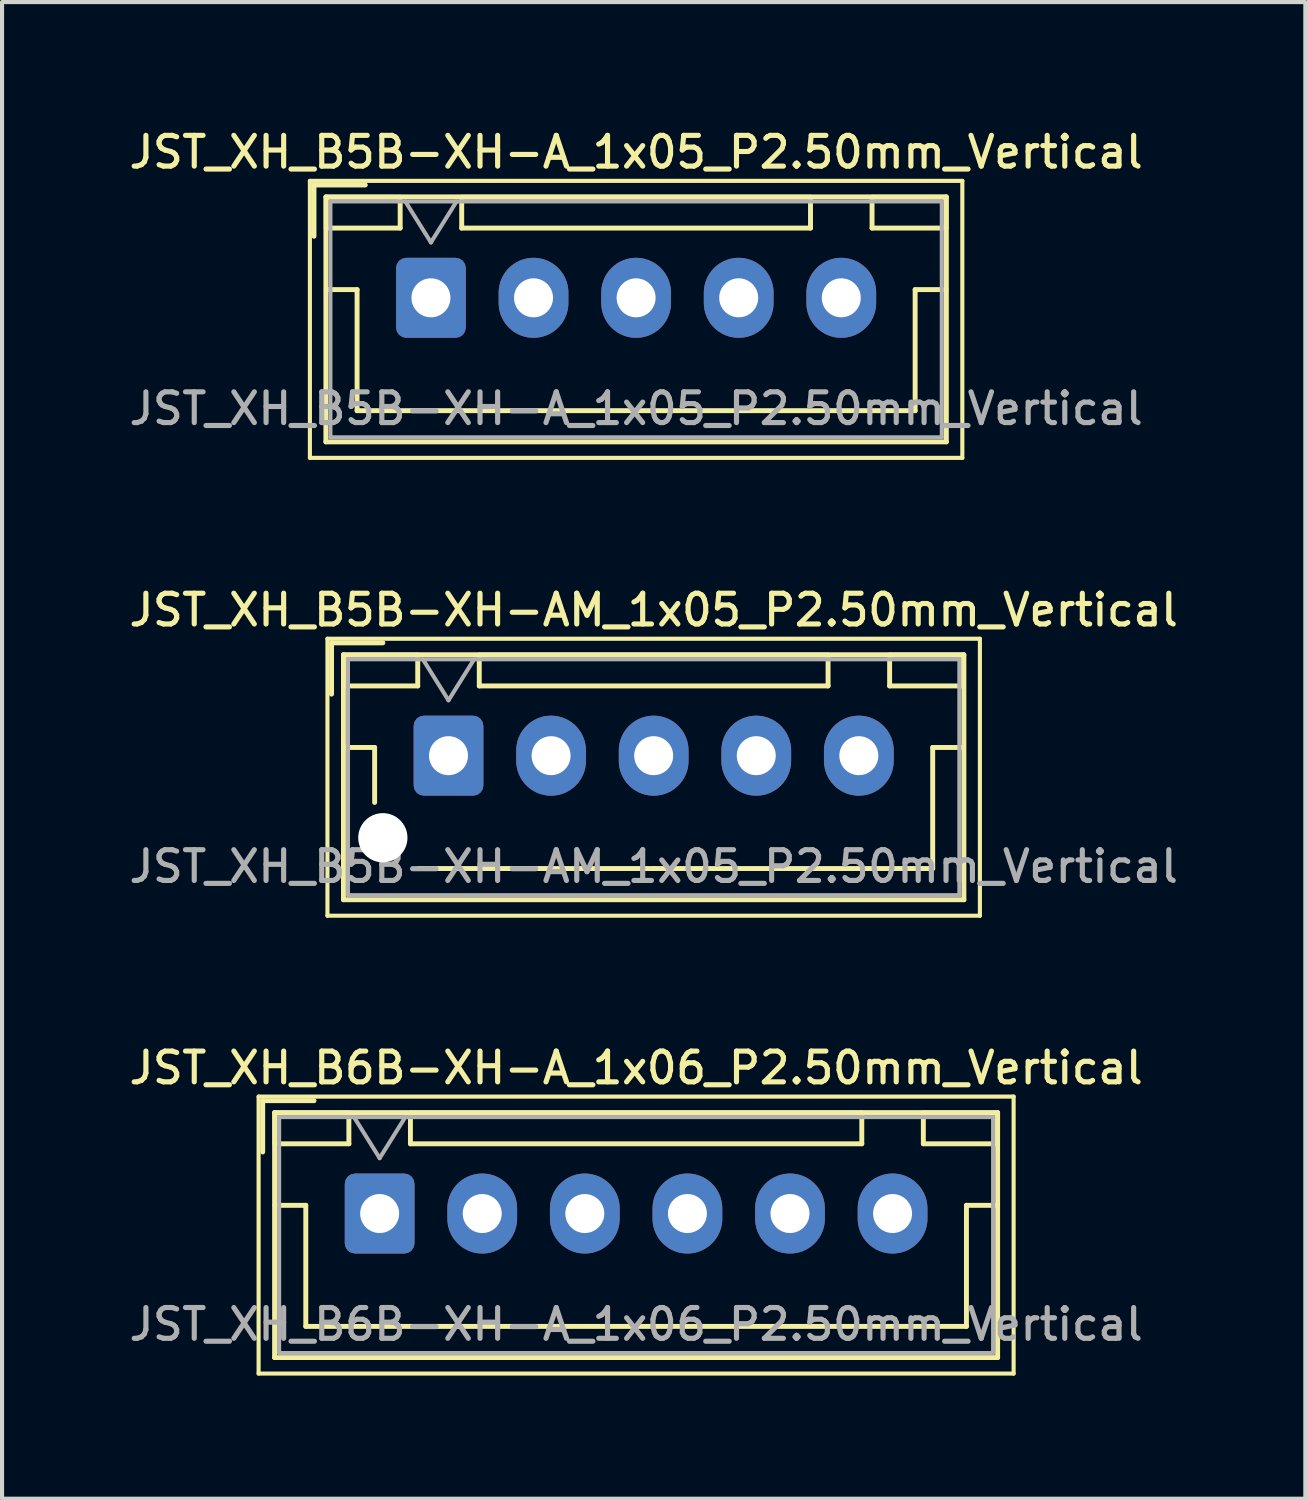
<source format=kicad_pcb>
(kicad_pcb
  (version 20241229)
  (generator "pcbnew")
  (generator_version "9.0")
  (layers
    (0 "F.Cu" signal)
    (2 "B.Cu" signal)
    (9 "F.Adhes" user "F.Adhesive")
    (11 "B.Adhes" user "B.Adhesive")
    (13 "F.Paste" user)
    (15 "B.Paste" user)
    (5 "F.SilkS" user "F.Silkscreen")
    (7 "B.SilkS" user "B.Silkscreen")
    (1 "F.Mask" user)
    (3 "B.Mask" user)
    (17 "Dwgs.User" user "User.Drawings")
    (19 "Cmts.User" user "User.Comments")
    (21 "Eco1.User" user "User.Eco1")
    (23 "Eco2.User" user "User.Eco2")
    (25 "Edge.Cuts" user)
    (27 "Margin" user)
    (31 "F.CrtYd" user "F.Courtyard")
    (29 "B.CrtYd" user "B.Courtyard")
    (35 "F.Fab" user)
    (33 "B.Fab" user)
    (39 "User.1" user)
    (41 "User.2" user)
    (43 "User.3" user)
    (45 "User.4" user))
  (footprint "JST_XH_B5B-XH-AM_1x05_P2.50mm_Vertical"
    (layer "F.Cu")
    (at 7.88 15.366)
    (property "Reference" "JST_XH_B5B-XH-AM_1x05_P2.50mm_Vertical" (at 5 -3.55 0) (layer "F.SilkS") (effects (font (size 0.75 0.75) (thickness 0.125))))
    (attr through_hole)
    (fp_line (start -2.95 -2.85) (end -2.95 3.9) (stroke (width 0.1) (type solid)) (layer "F.SilkS"))
    (fp_line (start -2.95 3.9) (end 12.95 3.9) (stroke (width 0.1) (type solid)) (layer "F.SilkS"))
    (fp_line (start -2.85 -2.75) (end -2.85 -1.5) (stroke (width 0.12) (type solid)) (layer "F.SilkS"))
    (fp_line (start -2.56 -2.46) (end -2.56 3.51) (stroke (width 0.12) (type solid)) (layer "F.SilkS"))
    (fp_line (start -2.56 3.51) (end 12.56 3.51) (stroke (width 0.12) (type solid)) (layer "F.SilkS"))
    (fp_line (start -2.55 -2.45) (end -2.55 -1.7) (stroke (width 0.12) (type solid)) (layer "F.SilkS"))
    (fp_line (start -2.55 -1.7) (end -0.75 -1.7) (stroke (width 0.12) (type solid)) (layer "F.SilkS"))
    (fp_line (start -2.55 -0.2) (end -1.8 -0.2) (stroke (width 0.12) (type solid)) (layer "F.SilkS"))
    (fp_line (start -1.8 -0.2) (end -1.8 1.14) (stroke (width 0.12) (type solid)) (layer "F.SilkS"))
    (fp_line (start -1.6 -2.75) (end -2.85 -2.75) (stroke (width 0.12) (type solid)) (layer "F.SilkS"))
    (fp_line (start -0.75 -2.45) (end -2.55 -2.45) (stroke (width 0.12) (type solid)) (layer "F.SilkS"))
    (fp_line (start -0.75 -1.7) (end -0.75 -2.45) (stroke (width 0.12) (type solid)) (layer "F.SilkS"))
    (fp_line (start 0.75 -2.45) (end 0.75 -1.7) (stroke (width 0.12) (type solid)) (layer "F.SilkS"))
    (fp_line (start 0.75 -1.7) (end 9.25 -1.7) (stroke (width 0.12) (type solid)) (layer "F.SilkS"))
    (fp_line (start 5 2.75) (end -0.74 2.75) (stroke (width 0.12) (type solid)) (layer "F.SilkS"))
    (fp_line (start 9.25 -2.45) (end 0.75 -2.45) (stroke (width 0.12) (type solid)) (layer "F.SilkS"))
    (fp_line (start 9.25 -1.7) (end 9.25 -2.45) (stroke (width 0.12) (type solid)) (layer "F.SilkS"))
    (fp_line (start 10.75 -2.45) (end 10.75 -1.7) (stroke (width 0.12) (type solid)) (layer "F.SilkS"))
    (fp_line (start 10.75 -1.7) (end 12.55 -1.7) (stroke (width 0.12) (type solid)) (layer "F.SilkS"))
    (fp_line (start 11.8 -0.2) (end 11.8 2.75) (stroke (width 0.12) (type solid)) (layer "F.SilkS"))
    (fp_line (start 11.8 2.75) (end 5 2.75) (stroke (width 0.12) (type solid)) (layer "F.SilkS"))
    (fp_line (start 12.55 -2.45) (end 10.75 -2.45) (stroke (width 0.12) (type solid)) (layer "F.SilkS"))
    (fp_line (start 12.55 -1.7) (end 12.55 -2.45) (stroke (width 0.12) (type solid)) (layer "F.SilkS"))
    (fp_line (start 12.55 -0.2) (end 11.8 -0.2) (stroke (width 0.12) (type solid)) (layer "F.SilkS"))
    (fp_line (start 12.56 -2.46) (end -2.56 -2.46) (stroke (width 0.12) (type solid)) (layer "F.SilkS"))
    (fp_line (start 12.56 3.51) (end 12.56 -2.46) (stroke (width 0.12) (type solid)) (layer "F.SilkS"))
    (fp_line (start 12.95 -2.85) (end -2.95 -2.85) (stroke (width 0.1) (type solid)) (layer "F.SilkS"))
    (fp_line (start 12.95 3.9) (end 12.95 -2.85) (stroke (width 0.1) (type solid)) (layer "F.SilkS"))
    (fp_line (start -2.45 -2.35) (end -2.45 3.4) (stroke (width 0.1) (type solid)) (layer "F.Fab"))
    (fp_line (start -2.45 3.4) (end 12.45 3.4) (stroke (width 0.1) (type solid)) (layer "F.Fab"))
    (fp_line (start -0.625 -2.35) (end 0 -1.35) (stroke (width 0.1) (type solid)) (layer "F.Fab"))
    (fp_line (start 0 -1.35) (end 0.625 -2.35) (stroke (width 0.1) (type solid)) (layer "F.Fab"))
    (fp_line (start 12.45 -2.35) (end -2.45 -2.35) (stroke (width 0.1) (type solid)) (layer "F.Fab"))
    (fp_line (start 12.45 3.4) (end 12.45 -2.35) (stroke (width 0.1) (type solid)) (layer "F.Fab"))
    (fp_text user "${REFERENCE}" (at 5 2.7 0) (layer "F.Fab") (effects (font (size 0.75 0.75) (thickness 0.125))))
    (pad "" np_thru_hole circle (at -1.6 2) (size 1.2 1.2) (drill 1.2) (layers "*.Cu" "*.Mask"))
    (pad "1" thru_hole roundrect (at 0 0) (size 1.7 1.95) (drill 0.95) (layers "*.Cu" "*.Mask") (roundrect_rratio 0.147))
    (pad "2" thru_hole oval (at 2.5 0) (size 1.7 1.95) (drill 0.95) (layers "*.Cu" "*.Mask"))
    (pad "3" thru_hole oval (at 5 0) (size 1.7 1.95) (drill 0.95) (layers "*.Cu" "*.Mask"))
    (pad "4" thru_hole oval (at 7.5 0) (size 1.7 1.95) (drill 0.95) (layers "*.Cu" "*.Mask"))
    (pad "5" thru_hole oval (at 10 0) (size 1.7 1.95) (drill 0.95) (layers "*.Cu" "*.Mask")))
  (footprint "JST_XH_B6B-XH-A_1x06_P2.50mm_Vertical"
    (layer "F.Cu")
    (at 6.202 26.524)
    (property "Reference" "JST_XH_B6B-XH-A_1x06_P2.50mm_Vertical" (at 6.25 -3.55 0) (layer "F.SilkS") (effects (font (size 0.75 0.75) (thickness 0.125))))
    (attr through_hole)
    (fp_line (start -2.95 -2.85) (end -2.95 3.9) (stroke (width 0.1) (type solid)) (layer "F.SilkS"))
    (fp_line (start -2.95 3.9) (end 15.45 3.9) (stroke (width 0.1) (type solid)) (layer "F.SilkS"))
    (fp_line (start -2.85 -2.75) (end -2.85 -1.5) (stroke (width 0.12) (type solid)) (layer "F.SilkS"))
    (fp_line (start -2.56 -2.46) (end -2.56 3.51) (stroke (width 0.12) (type solid)) (layer "F.SilkS"))
    (fp_line (start -2.56 3.51) (end 15.06 3.51) (stroke (width 0.12) (type solid)) (layer "F.SilkS"))
    (fp_line (start -2.55 -2.45) (end -2.55 -1.7) (stroke (width 0.12) (type solid)) (layer "F.SilkS"))
    (fp_line (start -2.55 -1.7) (end -0.75 -1.7) (stroke (width 0.12) (type solid)) (layer "F.SilkS"))
    (fp_line (start -2.55 -0.2) (end -1.8 -0.2) (stroke (width 0.12) (type solid)) (layer "F.SilkS"))
    (fp_line (start -1.8 -0.2) (end -1.8 2.75) (stroke (width 0.12) (type solid)) (layer "F.SilkS"))
    (fp_line (start -1.8 2.75) (end 6.25 2.75) (stroke (width 0.12) (type solid)) (layer "F.SilkS"))
    (fp_line (start -1.6 -2.75) (end -2.85 -2.75) (stroke (width 0.12) (type solid)) (layer "F.SilkS"))
    (fp_line (start -0.75 -2.45) (end -2.55 -2.45) (stroke (width 0.12) (type solid)) (layer "F.SilkS"))
    (fp_line (start -0.75 -1.7) (end -0.75 -2.45) (stroke (width 0.12) (type solid)) (layer "F.SilkS"))
    (fp_line (start 0.75 -2.45) (end 0.75 -1.7) (stroke (width 0.12) (type solid)) (layer "F.SilkS"))
    (fp_line (start 0.75 -1.7) (end 11.75 -1.7) (stroke (width 0.12) (type solid)) (layer "F.SilkS"))
    (fp_line (start 11.75 -2.45) (end 0.75 -2.45) (stroke (width 0.12) (type solid)) (layer "F.SilkS"))
    (fp_line (start 11.75 -1.7) (end 11.75 -2.45) (stroke (width 0.12) (type solid)) (layer "F.SilkS"))
    (fp_line (start 13.25 -2.45) (end 13.25 -1.7) (stroke (width 0.12) (type solid)) (layer "F.SilkS"))
    (fp_line (start 13.25 -1.7) (end 15.05 -1.7) (stroke (width 0.12) (type solid)) (layer "F.SilkS"))
    (fp_line (start 14.3 -0.2) (end 14.3 2.75) (stroke (width 0.12) (type solid)) (layer "F.SilkS"))
    (fp_line (start 14.3 2.75) (end 6.25 2.75) (stroke (width 0.12) (type solid)) (layer "F.SilkS"))
    (fp_line (start 15.05 -2.45) (end 13.25 -2.45) (stroke (width 0.12) (type solid)) (layer "F.SilkS"))
    (fp_line (start 15.05 -1.7) (end 15.05 -2.45) (stroke (width 0.12) (type solid)) (layer "F.SilkS"))
    (fp_line (start 15.05 -0.2) (end 14.3 -0.2) (stroke (width 0.12) (type solid)) (layer "F.SilkS"))
    (fp_line (start 15.06 -2.46) (end -2.56 -2.46) (stroke (width 0.12) (type solid)) (layer "F.SilkS"))
    (fp_line (start 15.06 3.51) (end 15.06 -2.46) (stroke (width 0.12) (type solid)) (layer "F.SilkS"))
    (fp_line (start 15.45 -2.85) (end -2.95 -2.85) (stroke (width 0.1) (type solid)) (layer "F.SilkS"))
    (fp_line (start 15.45 3.9) (end 15.45 -2.85) (stroke (width 0.1) (type solid)) (layer "F.SilkS"))
    (fp_line (start -2.45 -2.35) (end -2.45 3.4) (stroke (width 0.1) (type solid)) (layer "F.Fab"))
    (fp_line (start -2.45 3.4) (end 14.95 3.4) (stroke (width 0.1) (type solid)) (layer "F.Fab"))
    (fp_line (start -0.625 -2.35) (end 0 -1.35) (stroke (width 0.1) (type solid)) (layer "F.Fab"))
    (fp_line (start 0 -1.35) (end 0.625 -2.35) (stroke (width 0.1) (type solid)) (layer "F.Fab"))
    (fp_line (start 14.95 -2.35) (end -2.45 -2.35) (stroke (width 0.1) (type solid)) (layer "F.Fab"))
    (fp_line (start 14.95 3.4) (end 14.95 -2.35) (stroke (width 0.1) (type solid)) (layer "F.Fab"))
    (fp_text user "${REFERENCE}" (at 6.25 2.7 0) (layer "F.Fab") (effects (font (size 0.75 0.75) (thickness 0.125))))
    (pad "1" thru_hole roundrect (at 0 0) (size 1.7 1.95) (drill 0.95) (layers "*.Cu" "*.Mask") (roundrect_rratio 0.147))
    (pad "2" thru_hole oval (at 2.5 0) (size 1.7 1.95) (drill 0.95) (layers "*.Cu" "*.Mask"))
    (pad "3" thru_hole oval (at 5 0) (size 1.7 1.95) (drill 0.95) (layers "*.Cu" "*.Mask"))
    (pad "4" thru_hole oval (at 7.5 0) (size 1.7 1.95) (drill 0.95) (layers "*.Cu" "*.Mask"))
    (pad "5" thru_hole oval (at 10 0) (size 1.7 1.95) (drill 0.95) (layers "*.Cu" "*.Mask"))
    (pad "6" thru_hole oval (at 12.5 0) (size 1.7 1.95) (drill 0.95) (layers "*.Cu" "*.Mask")))
  (footprint "JST_XH_B5B-XH-A_1x05_P2.50mm_Vertical"
    (layer "F.Cu")
    (at 7.452 4.208)
    (property "Reference" "JST_XH_B5B-XH-A_1x05_P2.50mm_Vertical" (at 5 -3.55 0) (layer "F.SilkS") (effects (font (size 0.75 0.75) (thickness 0.125))))
    (attr through_hole)
    (fp_line (start -2.95 -2.85) (end -2.95 3.9) (stroke (width 0.1) (type solid)) (layer "F.SilkS"))
    (fp_line (start -2.95 3.9) (end 12.95 3.9) (stroke (width 0.1) (type solid)) (layer "F.SilkS"))
    (fp_line (start -2.85 -2.75) (end -2.85 -1.5) (stroke (width 0.12) (type solid)) (layer "F.SilkS"))
    (fp_line (start -2.56 -2.46) (end -2.56 3.51) (stroke (width 0.12) (type solid)) (layer "F.SilkS"))
    (fp_line (start -2.56 3.51) (end 12.56 3.51) (stroke (width 0.12) (type solid)) (layer "F.SilkS"))
    (fp_line (start -2.55 -2.45) (end -2.55 -1.7) (stroke (width 0.12) (type solid)) (layer "F.SilkS"))
    (fp_line (start -2.55 -1.7) (end -0.75 -1.7) (stroke (width 0.12) (type solid)) (layer "F.SilkS"))
    (fp_line (start -2.55 -0.2) (end -1.8 -0.2) (stroke (width 0.12) (type solid)) (layer "F.SilkS"))
    (fp_line (start -1.8 -0.2) (end -1.8 2.75) (stroke (width 0.12) (type solid)) (layer "F.SilkS"))
    (fp_line (start -1.8 2.75) (end 5 2.75) (stroke (width 0.12) (type solid)) (layer "F.SilkS"))
    (fp_line (start -1.6 -2.75) (end -2.85 -2.75) (stroke (width 0.12) (type solid)) (layer "F.SilkS"))
    (fp_line (start -0.75 -2.45) (end -2.55 -2.45) (stroke (width 0.12) (type solid)) (layer "F.SilkS"))
    (fp_line (start -0.75 -1.7) (end -0.75 -2.45) (stroke (width 0.12) (type solid)) (layer "F.SilkS"))
    (fp_line (start 0.75 -2.45) (end 0.75 -1.7) (stroke (width 0.12) (type solid)) (layer "F.SilkS"))
    (fp_line (start 0.75 -1.7) (end 9.25 -1.7) (stroke (width 0.12) (type solid)) (layer "F.SilkS"))
    (fp_line (start 9.25 -2.45) (end 0.75 -2.45) (stroke (width 0.12) (type solid)) (layer "F.SilkS"))
    (fp_line (start 9.25 -1.7) (end 9.25 -2.45) (stroke (width 0.12) (type solid)) (layer "F.SilkS"))
    (fp_line (start 10.75 -2.45) (end 10.75 -1.7) (stroke (width 0.12) (type solid)) (layer "F.SilkS"))
    (fp_line (start 10.75 -1.7) (end 12.55 -1.7) (stroke (width 0.12) (type solid)) (layer "F.SilkS"))
    (fp_line (start 11.8 -0.2) (end 11.8 2.75) (stroke (width 0.12) (type solid)) (layer "F.SilkS"))
    (fp_line (start 11.8 2.75) (end 5 2.75) (stroke (width 0.12) (type solid)) (layer "F.SilkS"))
    (fp_line (start 12.55 -2.45) (end 10.75 -2.45) (stroke (width 0.12) (type solid)) (layer "F.SilkS"))
    (fp_line (start 12.55 -1.7) (end 12.55 -2.45) (stroke (width 0.12) (type solid)) (layer "F.SilkS"))
    (fp_line (start 12.55 -0.2) (end 11.8 -0.2) (stroke (width 0.12) (type solid)) (layer "F.SilkS"))
    (fp_line (start 12.56 -2.46) (end -2.56 -2.46) (stroke (width 0.12) (type solid)) (layer "F.SilkS"))
    (fp_line (start 12.56 3.51) (end 12.56 -2.46) (stroke (width 0.12) (type solid)) (layer "F.SilkS"))
    (fp_line (start 12.95 -2.85) (end -2.95 -2.85) (stroke (width 0.1) (type solid)) (layer "F.SilkS"))
    (fp_line (start 12.95 3.9) (end 12.95 -2.85) (stroke (width 0.1) (type solid)) (layer "F.SilkS"))
    (fp_line (start -2.45 -2.35) (end -2.45 3.4) (stroke (width 0.1) (type solid)) (layer "F.Fab"))
    (fp_line (start -2.45 3.4) (end 12.45 3.4) (stroke (width 0.1) (type solid)) (layer "F.Fab"))
    (fp_line (start -0.625 -2.35) (end 0 -1.35) (stroke (width 0.1) (type solid)) (layer "F.Fab"))
    (fp_line (start 0 -1.35) (end 0.625 -2.35) (stroke (width 0.1) (type solid)) (layer "F.Fab"))
    (fp_line (start 12.45 -2.35) (end -2.45 -2.35) (stroke (width 0.1) (type solid)) (layer "F.Fab"))
    (fp_line (start 12.45 3.4) (end 12.45 -2.35) (stroke (width 0.1) (type solid)) (layer "F.Fab"))
    (fp_text user "${REFERENCE}" (at 5 2.7 0) (layer "F.Fab") (effects (font (size 0.75 0.75) (thickness 0.125))))
    (pad "1" thru_hole roundrect (at 0 0) (size 1.7 1.95) (drill 0.95) (layers "*.Cu" "*.Mask") (roundrect_rratio 0.147))
    (pad "2" thru_hole oval (at 2.5 0) (size 1.7 1.95) (drill 0.95) (layers "*.Cu" "*.Mask"))
    (pad "3" thru_hole oval (at 5 0) (size 1.7 1.95) (drill 0.95) (layers "*.Cu" "*.Mask"))
    (pad "4" thru_hole oval (at 7.5 0) (size 1.7 1.95) (drill 0.95) (layers "*.Cu" "*.Mask"))
    (pad "5" thru_hole oval (at 10 0) (size 1.7 1.95) (drill 0.95) (layers "*.Cu" "*.Mask")))
  (gr_rect
    (start -3 -3)
    (end 28.761 33.474)
    (stroke (width 0.1) (type default))
    (fill no)
    (layer "Edge.Cuts")))
</source>
